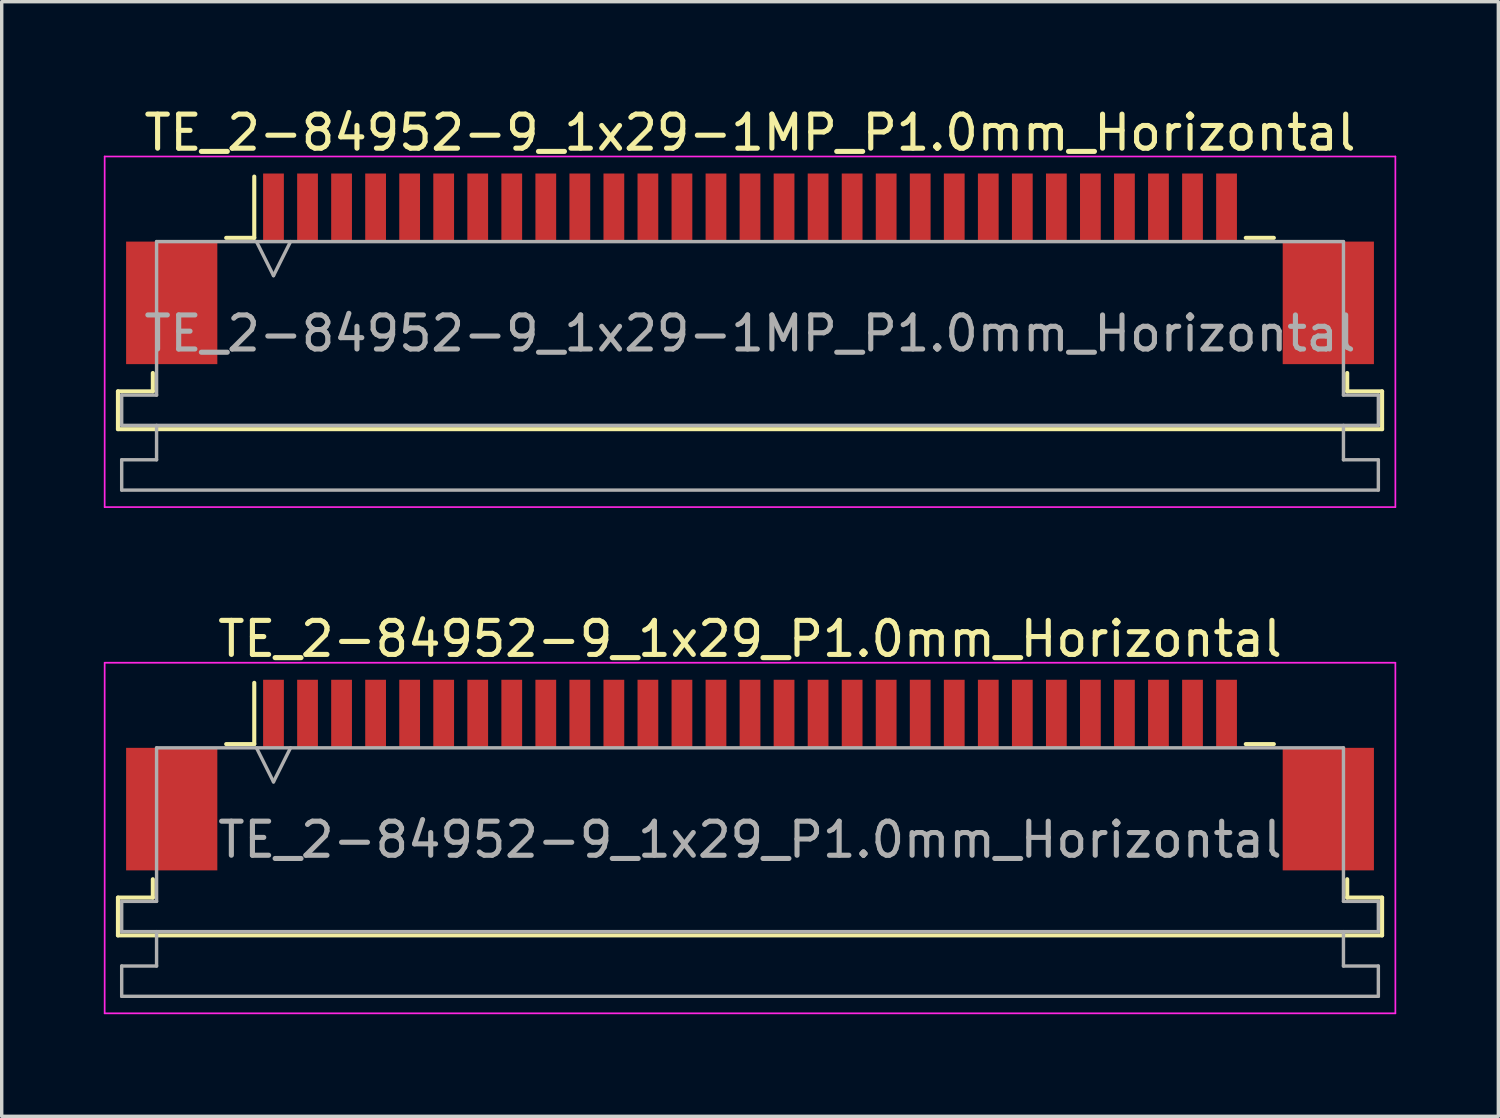
<source format=kicad_pcb>
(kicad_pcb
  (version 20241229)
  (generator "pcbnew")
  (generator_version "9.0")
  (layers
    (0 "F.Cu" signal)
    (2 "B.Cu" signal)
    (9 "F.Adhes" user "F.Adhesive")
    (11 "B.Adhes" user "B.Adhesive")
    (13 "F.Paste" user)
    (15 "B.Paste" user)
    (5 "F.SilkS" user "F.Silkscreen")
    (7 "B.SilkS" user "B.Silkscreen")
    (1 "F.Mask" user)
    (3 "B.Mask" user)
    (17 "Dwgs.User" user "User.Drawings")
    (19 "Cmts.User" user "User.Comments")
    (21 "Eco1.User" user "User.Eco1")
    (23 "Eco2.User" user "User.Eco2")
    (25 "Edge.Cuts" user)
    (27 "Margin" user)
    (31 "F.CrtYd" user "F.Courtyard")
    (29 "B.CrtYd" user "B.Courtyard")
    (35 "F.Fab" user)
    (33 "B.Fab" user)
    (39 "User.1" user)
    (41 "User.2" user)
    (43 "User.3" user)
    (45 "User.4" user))
  (footprint "TE_2-84952-9_1x29-1MP_P1.0mm_Horizontal"
    (layer "F.Cu")
    (at 18.985 4.848)
    (property "Reference" "TE_2-84952-9_1x29-1MP_P1.0mm_Horizontal" (at 0 -4 0) (layer "F.SilkS") (effects (font (size 1 1) (thickness 0.15))))
    (attr smd)
    (fp_line (start -18.57 3.6) (end -17.545 3.6) (stroke (width 0.12) (type solid)) (layer "F.SilkS"))
    (fp_line (start -18.57 4.71) (end -18.57 3.6) (stroke (width 0.12) (type solid)) (layer "F.SilkS"))
    (fp_line (start -17.545 3.6) (end -17.545 3.06) (stroke (width 0.12) (type solid)) (layer "F.SilkS"))
    (fp_line (start -15.39 -0.91) (end -14.565 -0.91) (stroke (width 0.12) (type solid)) (layer "F.SilkS"))
    (fp_line (start -14.565 -0.91) (end -14.565 -2.71) (stroke (width 0.12) (type solid)) (layer "F.SilkS"))
    (fp_line (start 14.565 -0.91) (end 15.39 -0.91) (stroke (width 0.12) (type solid)) (layer "F.SilkS"))
    (fp_line (start 17.545 3.06) (end 17.545 3.6) (stroke (width 0.12) (type solid)) (layer "F.SilkS"))
    (fp_line (start 17.545 3.6) (end 18.57 3.6) (stroke (width 0.12) (type solid)) (layer "F.SilkS"))
    (fp_line (start 18.57 3.6) (end 18.57 4.71) (stroke (width 0.12) (type solid)) (layer "F.SilkS"))
    (fp_line (start 18.57 4.71) (end -18.57 4.71) (stroke (width 0.12) (type solid)) (layer "F.SilkS"))
    (fp_line (start -18.96 -3.3) (end -18.96 7) (stroke (width 0.05) (type solid)) (layer "F.CrtYd"))
    (fp_line (start -18.96 7) (end 18.96 7) (stroke (width 0.05) (type solid)) (layer "F.CrtYd"))
    (fp_line (start 18.96 -3.3) (end -18.96 -3.3) (stroke (width 0.05) (type solid)) (layer "F.CrtYd"))
    (fp_line (start 18.96 7) (end 18.96 -3.3) (stroke (width 0.05) (type solid)) (layer "F.CrtYd"))
    (fp_line (start -18.46 3.71) (end -17.435 3.71) (stroke (width 0.1) (type solid)) (layer "F.Fab"))
    (fp_line (start -18.46 4.6) (end -18.46 3.71) (stroke (width 0.1) (type solid)) (layer "F.Fab"))
    (fp_line (start -18.46 5.61) (end -17.435 5.61) (stroke (width 0.1) (type solid)) (layer "F.Fab"))
    (fp_line (start -18.46 6.5) (end -18.46 5.61) (stroke (width 0.1) (type solid)) (layer "F.Fab"))
    (fp_line (start -17.435 -0.8) (end 17.435 -0.8) (stroke (width 0.1) (type solid)) (layer "F.Fab"))
    (fp_line (start -17.435 3.71) (end -17.435 -0.8) (stroke (width 0.1) (type solid)) (layer "F.Fab"))
    (fp_line (start -17.435 5.61) (end -17.435 4.6) (stroke (width 0.1) (type solid)) (layer "F.Fab"))
    (fp_line (start -14.5 -0.8) (end -14 0.2) (stroke (width 0.1) (type solid)) (layer "F.Fab"))
    (fp_line (start -14 0.2) (end -13.5 -0.8) (stroke (width 0.1) (type solid)) (layer "F.Fab"))
    (fp_line (start 17.435 -0.8) (end 17.435 3.71) (stroke (width 0.1) (type solid)) (layer "F.Fab"))
    (fp_line (start 17.435 3.71) (end 18.46 3.71) (stroke (width 0.1) (type solid)) (layer "F.Fab"))
    (fp_line (start 17.435 4.6) (end 17.435 5.61) (stroke (width 0.1) (type solid)) (layer "F.Fab"))
    (fp_line (start 17.435 5.61) (end 18.46 5.61) (stroke (width 0.1) (type solid)) (layer "F.Fab"))
    (fp_line (start 18.46 3.71) (end 18.46 4.6) (stroke (width 0.1) (type solid)) (layer "F.Fab"))
    (fp_line (start 18.46 4.6) (end -18.46 4.6) (stroke (width 0.1) (type solid)) (layer "F.Fab"))
    (fp_line (start 18.46 5.61) (end 18.46 6.5) (stroke (width 0.1) (type solid)) (layer "F.Fab"))
    (fp_line (start 18.46 6.5) (end -18.46 6.5) (stroke (width 0.1) (type solid)) (layer "F.Fab"))
    (fp_text user "${REFERENCE}" (at 0 1.9 0) (layer "F.Fab") (effects (font (size 1 1) (thickness 0.15))))
    (pad "1" smd rect (at -14 -1.8) (size 0.61 2) (layers "F.Cu" "F.Mask" "F.Paste"))
    (pad "2" smd rect (at -13 -1.8) (size 0.61 2) (layers "F.Cu" "F.Mask" "F.Paste"))
    (pad "3" smd rect (at -12 -1.8) (size 0.61 2) (layers "F.Cu" "F.Mask" "F.Paste"))
    (pad "4" smd rect (at -11 -1.8) (size 0.61 2) (layers "F.Cu" "F.Mask" "F.Paste"))
    (pad "5" smd rect (at -10 -1.8) (size 0.61 2) (layers "F.Cu" "F.Mask" "F.Paste"))
    (pad "6" smd rect (at -9 -1.8) (size 0.61 2) (layers "F.Cu" "F.Mask" "F.Paste"))
    (pad "7" smd rect (at -8 -1.8) (size 0.61 2) (layers "F.Cu" "F.Mask" "F.Paste"))
    (pad "8" smd rect (at -7 -1.8) (size 0.61 2) (layers "F.Cu" "F.Mask" "F.Paste"))
    (pad "9" smd rect (at -6 -1.8) (size 0.61 2) (layers "F.Cu" "F.Mask" "F.Paste"))
    (pad "10" smd rect (at -5 -1.8) (size 0.61 2) (layers "F.Cu" "F.Mask" "F.Paste"))
    (pad "11" smd rect (at -4 -1.8) (size 0.61 2) (layers "F.Cu" "F.Mask" "F.Paste"))
    (pad "12" smd rect (at -3 -1.8) (size 0.61 2) (layers "F.Cu" "F.Mask" "F.Paste"))
    (pad "13" smd rect (at -2 -1.8) (size 0.61 2) (layers "F.Cu" "F.Mask" "F.Paste"))
    (pad "14" smd rect (at -1 -1.8) (size 0.61 2) (layers "F.Cu" "F.Mask" "F.Paste"))
    (pad "15" smd rect (at 0 -1.8) (size 0.61 2) (layers "F.Cu" "F.Mask" "F.Paste"))
    (pad "16" smd rect (at 1 -1.8) (size 0.61 2) (layers "F.Cu" "F.Mask" "F.Paste"))
    (pad "17" smd rect (at 2 -1.8) (size 0.61 2) (layers "F.Cu" "F.Mask" "F.Paste"))
    (pad "18" smd rect (at 3 -1.8) (size 0.61 2) (layers "F.Cu" "F.Mask" "F.Paste"))
    (pad "19" smd rect (at 4 -1.8) (size 0.61 2) (layers "F.Cu" "F.Mask" "F.Paste"))
    (pad "20" smd rect (at 5 -1.8) (size 0.61 2) (layers "F.Cu" "F.Mask" "F.Paste"))
    (pad "21" smd rect (at 6 -1.8) (size 0.61 2) (layers "F.Cu" "F.Mask" "F.Paste"))
    (pad "22" smd rect (at 7 -1.8) (size 0.61 2) (layers "F.Cu" "F.Mask" "F.Paste"))
    (pad "23" smd rect (at 8 -1.8) (size 0.61 2) (layers "F.Cu" "F.Mask" "F.Paste"))
    (pad "24" smd rect (at 9 -1.8) (size 0.61 2) (layers "F.Cu" "F.Mask" "F.Paste"))
    (pad "25" smd rect (at 10 -1.8) (size 0.61 2) (layers "F.Cu" "F.Mask" "F.Paste"))
    (pad "26" smd rect (at 11 -1.8) (size 0.61 2) (layers "F.Cu" "F.Mask" "F.Paste"))
    (pad "27" smd rect (at 12 -1.8) (size 0.61 2) (layers "F.Cu" "F.Mask" "F.Paste"))
    (pad "28" smd rect (at 13 -1.8) (size 0.61 2) (layers "F.Cu" "F.Mask" "F.Paste"))
    (pad "29" smd rect (at 14 -1.8) (size 0.61 2) (layers "F.Cu" "F.Mask" "F.Paste"))
    (pad "MP" smd rect (at -16.99 1) (size 2.68 3.6) (layers "F.Cu" "F.Mask" "F.Paste"))
    (pad "MP" smd rect (at 16.99 1) (size 2.68 3.6) (layers "F.Cu" "F.Mask" "F.Paste")))
  (footprint "TE_2-84952-9_1x29_P1.0mm_Horizontal"
    (layer "F.Cu")
    (at 18.985 19.721)
    (property "Reference" "TE_2-84952-9_1x29_P1.0mm_Horizontal" (at 0 -4 0) (layer "F.SilkS") (effects (font (size 1 1) (thickness 0.15))))
    (attr smd)
    (fp_line (start -18.57 3.6) (end -17.545 3.6) (stroke (width 0.12) (type solid)) (layer "F.SilkS"))
    (fp_line (start -18.57 4.71) (end -18.57 3.6) (stroke (width 0.12) (type solid)) (layer "F.SilkS"))
    (fp_line (start -17.545 3.6) (end -17.545 3.06) (stroke (width 0.12) (type solid)) (layer "F.SilkS"))
    (fp_line (start -15.39 -0.91) (end -14.565 -0.91) (stroke (width 0.12) (type solid)) (layer "F.SilkS"))
    (fp_line (start -14.565 -0.91) (end -14.565 -2.71) (stroke (width 0.12) (type solid)) (layer "F.SilkS"))
    (fp_line (start 14.565 -0.91) (end 15.39 -0.91) (stroke (width 0.12) (type solid)) (layer "F.SilkS"))
    (fp_line (start 17.545 3.06) (end 17.545 3.6) (stroke (width 0.12) (type solid)) (layer "F.SilkS"))
    (fp_line (start 17.545 3.6) (end 18.57 3.6) (stroke (width 0.12) (type solid)) (layer "F.SilkS"))
    (fp_line (start 18.57 3.6) (end 18.57 4.71) (stroke (width 0.12) (type solid)) (layer "F.SilkS"))
    (fp_line (start 18.57 4.71) (end -18.57 4.71) (stroke (width 0.12) (type solid)) (layer "F.SilkS"))
    (fp_line (start -18.96 -3.3) (end -18.96 7) (stroke (width 0.05) (type solid)) (layer "F.CrtYd"))
    (fp_line (start -18.96 7) (end 18.96 7) (stroke (width 0.05) (type solid)) (layer "F.CrtYd"))
    (fp_line (start 18.96 -3.3) (end -18.96 -3.3) (stroke (width 0.05) (type solid)) (layer "F.CrtYd"))
    (fp_line (start 18.96 7) (end 18.96 -3.3) (stroke (width 0.05) (type solid)) (layer "F.CrtYd"))
    (fp_line (start -18.46 3.71) (end -17.435 3.71) (stroke (width 0.1) (type solid)) (layer "F.Fab"))
    (fp_line (start -18.46 4.6) (end -18.46 3.71) (stroke (width 0.1) (type solid)) (layer "F.Fab"))
    (fp_line (start -18.46 5.61) (end -17.435 5.61) (stroke (width 0.1) (type solid)) (layer "F.Fab"))
    (fp_line (start -18.46 6.5) (end -18.46 5.61) (stroke (width 0.1) (type solid)) (layer "F.Fab"))
    (fp_line (start -17.435 -0.8) (end 17.435 -0.8) (stroke (width 0.1) (type solid)) (layer "F.Fab"))
    (fp_line (start -17.435 3.71) (end -17.435 -0.8) (stroke (width 0.1) (type solid)) (layer "F.Fab"))
    (fp_line (start -17.435 5.61) (end -17.435 4.6) (stroke (width 0.1) (type solid)) (layer "F.Fab"))
    (fp_line (start -14.5 -0.8) (end -14 0.2) (stroke (width 0.1) (type solid)) (layer "F.Fab"))
    (fp_line (start -14 0.2) (end -13.5 -0.8) (stroke (width 0.1) (type solid)) (layer "F.Fab"))
    (fp_line (start 17.435 -0.8) (end 17.435 3.71) (stroke (width 0.1) (type solid)) (layer "F.Fab"))
    (fp_line (start 17.435 3.71) (end 18.46 3.71) (stroke (width 0.1) (type solid)) (layer "F.Fab"))
    (fp_line (start 17.435 4.6) (end 17.435 5.61) (stroke (width 0.1) (type solid)) (layer "F.Fab"))
    (fp_line (start 17.435 5.61) (end 18.46 5.61) (stroke (width 0.1) (type solid)) (layer "F.Fab"))
    (fp_line (start 18.46 3.71) (end 18.46 4.6) (stroke (width 0.1) (type solid)) (layer "F.Fab"))
    (fp_line (start 18.46 4.6) (end -18.46 4.6) (stroke (width 0.1) (type solid)) (layer "F.Fab"))
    (fp_line (start 18.46 5.61) (end 18.46 6.5) (stroke (width 0.1) (type solid)) (layer "F.Fab"))
    (fp_line (start 18.46 6.5) (end -18.46 6.5) (stroke (width 0.1) (type solid)) (layer "F.Fab"))
    (fp_text user "${REFERENCE}" (at 0 1.9 0) (layer "F.Fab") (effects (font (size 1 1) (thickness 0.15))))
    (pad "" smd rect (at -16.99 1) (size 2.68 3.6) (layers "F.Cu" "F.Mask" "F.Paste"))
    (pad "" smd rect (at 16.99 1) (size 2.68 3.6) (layers "F.Cu" "F.Mask" "F.Paste"))
    (pad "1" smd rect (at -14 -1.8) (size 0.61 2) (layers "F.Cu" "F.Mask" "F.Paste"))
    (pad "2" smd rect (at -13 -1.8) (size 0.61 2) (layers "F.Cu" "F.Mask" "F.Paste"))
    (pad "3" smd rect (at -12 -1.8) (size 0.61 2) (layers "F.Cu" "F.Mask" "F.Paste"))
    (pad "4" smd rect (at -11 -1.8) (size 0.61 2) (layers "F.Cu" "F.Mask" "F.Paste"))
    (pad "5" smd rect (at -10 -1.8) (size 0.61 2) (layers "F.Cu" "F.Mask" "F.Paste"))
    (pad "6" smd rect (at -9 -1.8) (size 0.61 2) (layers "F.Cu" "F.Mask" "F.Paste"))
    (pad "7" smd rect (at -8 -1.8) (size 0.61 2) (layers "F.Cu" "F.Mask" "F.Paste"))
    (pad "8" smd rect (at -7 -1.8) (size 0.61 2) (layers "F.Cu" "F.Mask" "F.Paste"))
    (pad "9" smd rect (at -6 -1.8) (size 0.61 2) (layers "F.Cu" "F.Mask" "F.Paste"))
    (pad "10" smd rect (at -5 -1.8) (size 0.61 2) (layers "F.Cu" "F.Mask" "F.Paste"))
    (pad "11" smd rect (at -4 -1.8) (size 0.61 2) (layers "F.Cu" "F.Mask" "F.Paste"))
    (pad "12" smd rect (at -3 -1.8) (size 0.61 2) (layers "F.Cu" "F.Mask" "F.Paste"))
    (pad "13" smd rect (at -2 -1.8) (size 0.61 2) (layers "F.Cu" "F.Mask" "F.Paste"))
    (pad "14" smd rect (at -1 -1.8) (size 0.61 2) (layers "F.Cu" "F.Mask" "F.Paste"))
    (pad "15" smd rect (at 0 -1.8) (size 0.61 2) (layers "F.Cu" "F.Mask" "F.Paste"))
    (pad "16" smd rect (at 1 -1.8) (size 0.61 2) (layers "F.Cu" "F.Mask" "F.Paste"))
    (pad "17" smd rect (at 2 -1.8) (size 0.61 2) (layers "F.Cu" "F.Mask" "F.Paste"))
    (pad "18" smd rect (at 3 -1.8) (size 0.61 2) (layers "F.Cu" "F.Mask" "F.Paste"))
    (pad "19" smd rect (at 4 -1.8) (size 0.61 2) (layers "F.Cu" "F.Mask" "F.Paste"))
    (pad "20" smd rect (at 5 -1.8) (size 0.61 2) (layers "F.Cu" "F.Mask" "F.Paste"))
    (pad "21" smd rect (at 6 -1.8) (size 0.61 2) (layers "F.Cu" "F.Mask" "F.Paste"))
    (pad "22" smd rect (at 7 -1.8) (size 0.61 2) (layers "F.Cu" "F.Mask" "F.Paste"))
    (pad "23" smd rect (at 8 -1.8) (size 0.61 2) (layers "F.Cu" "F.Mask" "F.Paste"))
    (pad "24" smd rect (at 9 -1.8) (size 0.61 2) (layers "F.Cu" "F.Mask" "F.Paste"))
    (pad "25" smd rect (at 10 -1.8) (size 0.61 2) (layers "F.Cu" "F.Mask" "F.Paste"))
    (pad "26" smd rect (at 11 -1.8) (size 0.61 2) (layers "F.Cu" "F.Mask" "F.Paste"))
    (pad "27" smd rect (at 12 -1.8) (size 0.61 2) (layers "F.Cu" "F.Mask" "F.Paste"))
    (pad "28" smd rect (at 13 -1.8) (size 0.61 2) (layers "F.Cu" "F.Mask" "F.Paste"))
    (pad "29" smd rect (at 14 -1.8) (size 0.61 2) (layers "F.Cu" "F.Mask" "F.Paste")))
  (gr_rect
    (start -3 -3)
    (end 40.97 29.747)
    (stroke (width 0.1) (type default))
    (fill no)
    (layer "Edge.Cuts")))
</source>
